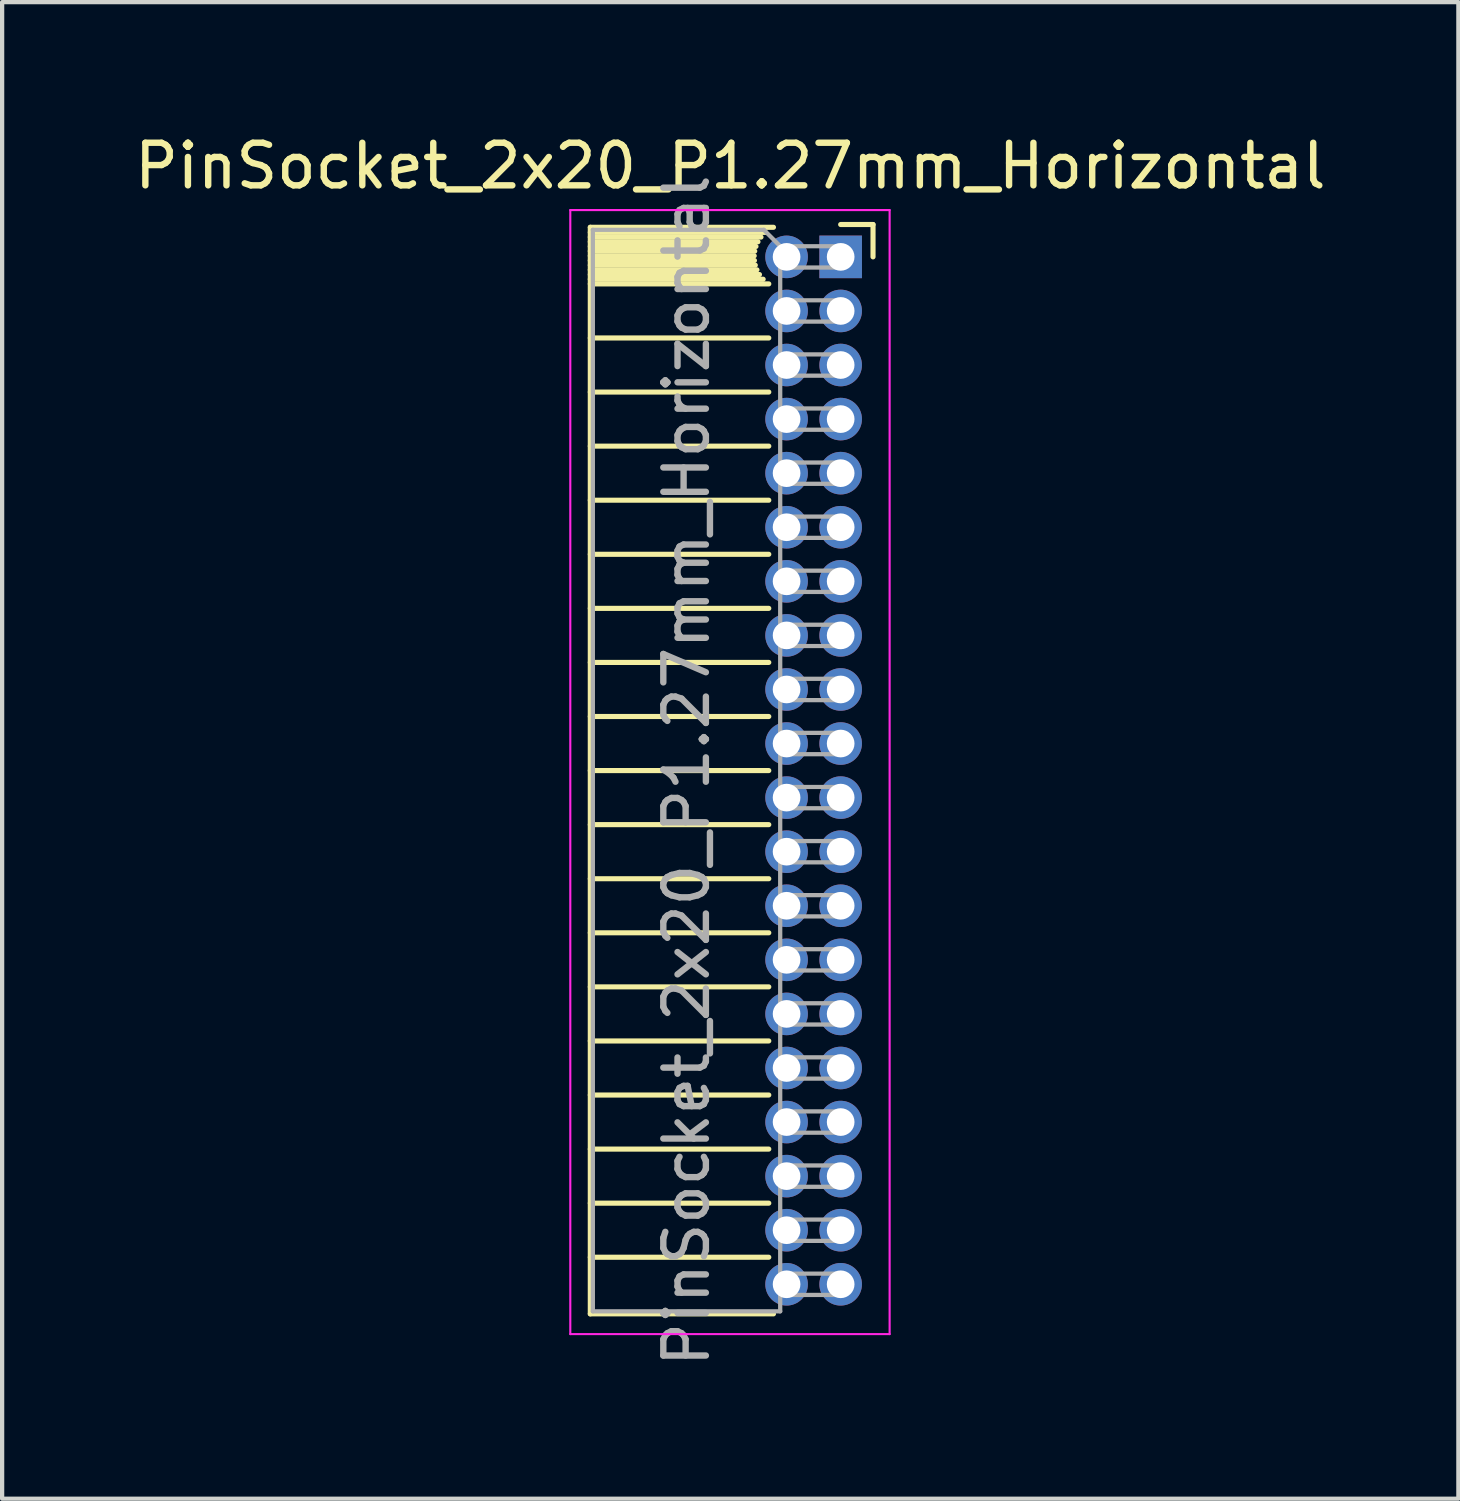
<source format=kicad_pcb>
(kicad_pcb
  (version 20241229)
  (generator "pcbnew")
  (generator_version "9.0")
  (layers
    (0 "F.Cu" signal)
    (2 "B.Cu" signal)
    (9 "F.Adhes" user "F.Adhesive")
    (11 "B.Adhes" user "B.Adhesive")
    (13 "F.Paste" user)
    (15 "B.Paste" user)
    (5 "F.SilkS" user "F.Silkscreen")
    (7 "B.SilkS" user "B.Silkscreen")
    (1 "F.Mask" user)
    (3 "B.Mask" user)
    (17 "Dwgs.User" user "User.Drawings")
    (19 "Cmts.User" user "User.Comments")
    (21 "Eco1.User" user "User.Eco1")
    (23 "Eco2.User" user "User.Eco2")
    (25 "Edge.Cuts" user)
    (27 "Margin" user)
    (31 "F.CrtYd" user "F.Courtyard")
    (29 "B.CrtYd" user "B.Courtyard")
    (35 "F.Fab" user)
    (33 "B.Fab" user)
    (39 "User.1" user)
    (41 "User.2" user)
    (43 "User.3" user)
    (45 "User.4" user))
  (footprint "PinSocket_2x20_P1.27mm_Horizontal"
    (layer "F.Cu")
    (at 16.694 2.983)
    (property "Reference" "PinSocket_2x20_P1.27mm_Horizontal" (at -2.592 -2.135 0) (layer "F.SilkS") (effects (font (size 1 1) (thickness 0.15))))
    (attr through_hole)
    (fp_line (start -5.88 -0.695) (end -5.88 24.825) (stroke (width 0.12) (type solid)) (layer "F.SilkS"))
    (fp_line (start -5.88 -0.695) (end -1.578 -0.695) (stroke (width 0.12) (type solid)) (layer "F.SilkS"))
    (fp_line (start -5.88 -0.575) (end -1.767 -0.575) (stroke (width 0.12) (type solid)) (layer "F.SilkS"))
    (fp_line (start -5.88 -0.465) (end -1.871 -0.465) (stroke (width 0.12) (type solid)) (layer "F.SilkS"))
    (fp_line (start -5.88 -0.355) (end -1.942 -0.355) (stroke (width 0.12) (type solid)) (layer "F.SilkS"))
    (fp_line (start -5.88 -0.245) (end -1.989 -0.245) (stroke (width 0.12) (type solid)) (layer "F.SilkS"))
    (fp_line (start -5.88 -0.135) (end -2.018 -0.135) (stroke (width 0.12) (type solid)) (layer "F.SilkS"))
    (fp_line (start -5.88 -0.025) (end -2.03 -0.025) (stroke (width 0.12) (type solid)) (layer "F.SilkS"))
    (fp_line (start -5.88 0.085) (end -2.025 0.085) (stroke (width 0.12) (type solid)) (layer "F.SilkS"))
    (fp_line (start -5.88 0.195) (end -2.005 0.195) (stroke (width 0.12) (type solid)) (layer "F.SilkS"))
    (fp_line (start -5.88 0.305) (end -1.966 0.305) (stroke (width 0.12) (type solid)) (layer "F.SilkS"))
    (fp_line (start -5.88 0.415) (end -1.907 0.415) (stroke (width 0.12) (type solid)) (layer "F.SilkS"))
    (fp_line (start -5.88 0.525) (end -1.82 0.525) (stroke (width 0.12) (type solid)) (layer "F.SilkS"))
    (fp_line (start -5.88 0.635) (end -1.688 0.635) (stroke (width 0.12) (type solid)) (layer "F.SilkS"))
    (fp_line (start -5.88 1.905) (end -1.688 1.905) (stroke (width 0.12) (type solid)) (layer "F.SilkS"))
    (fp_line (start -5.88 3.175) (end -1.688 3.175) (stroke (width 0.12) (type solid)) (layer "F.SilkS"))
    (fp_line (start -5.88 4.445) (end -1.688 4.445) (stroke (width 0.12) (type solid)) (layer "F.SilkS"))
    (fp_line (start -5.88 5.715) (end -1.688 5.715) (stroke (width 0.12) (type solid)) (layer "F.SilkS"))
    (fp_line (start -5.88 6.985) (end -1.688 6.985) (stroke (width 0.12) (type solid)) (layer "F.SilkS"))
    (fp_line (start -5.88 8.255) (end -1.688 8.255) (stroke (width 0.12) (type solid)) (layer "F.SilkS"))
    (fp_line (start -5.88 9.525) (end -1.688 9.525) (stroke (width 0.12) (type solid)) (layer "F.SilkS"))
    (fp_line (start -5.88 10.795) (end -1.688 10.795) (stroke (width 0.12) (type solid)) (layer "F.SilkS"))
    (fp_line (start -5.88 12.065) (end -1.688 12.065) (stroke (width 0.12) (type solid)) (layer "F.SilkS"))
    (fp_line (start -5.88 13.335) (end -1.688 13.335) (stroke (width 0.12) (type solid)) (layer "F.SilkS"))
    (fp_line (start -5.88 14.605) (end -1.688 14.605) (stroke (width 0.12) (type solid)) (layer "F.SilkS"))
    (fp_line (start -5.88 15.875) (end -1.688 15.875) (stroke (width 0.12) (type solid)) (layer "F.SilkS"))
    (fp_line (start -5.88 17.145) (end -1.688 17.145) (stroke (width 0.12) (type solid)) (layer "F.SilkS"))
    (fp_line (start -5.88 18.415) (end -1.688 18.415) (stroke (width 0.12) (type solid)) (layer "F.SilkS"))
    (fp_line (start -5.88 19.685) (end -1.688 19.685) (stroke (width 0.12) (type solid)) (layer "F.SilkS"))
    (fp_line (start -5.88 20.955) (end -1.688 20.955) (stroke (width 0.12) (type solid)) (layer "F.SilkS"))
    (fp_line (start -5.88 22.225) (end -1.688 22.225) (stroke (width 0.12) (type solid)) (layer "F.SilkS"))
    (fp_line (start -5.88 23.495) (end -1.688 23.495) (stroke (width 0.12) (type solid)) (layer "F.SilkS"))
    (fp_line (start -5.88 24.825) (end -1.578 24.825) (stroke (width 0.12) (type solid)) (layer "F.SilkS"))
    (fp_line (start 0 -0.76) (end 0.76 -0.76) (stroke (width 0.12) (type solid)) (layer "F.SilkS"))
    (fp_line (start 0.76 -0.76) (end 0.76 0) (stroke (width 0.12) (type solid)) (layer "F.SilkS"))
    (fp_line (start -6.35 -1.1) (end -6.35 25.3) (stroke (width 0.05) (type solid)) (layer "F.CrtYd"))
    (fp_line (start -6.35 25.3) (end 1.15 25.3) (stroke (width 0.05) (type solid)) (layer "F.CrtYd"))
    (fp_line (start 1.15 -1.1) (end -6.35 -1.1) (stroke (width 0.05) (type solid)) (layer "F.CrtYd"))
    (fp_line (start 1.15 25.3) (end 1.15 -1.1) (stroke (width 0.05) (type solid)) (layer "F.CrtYd"))
    (fp_line (start -5.82 -0.635) (end -1.805 -0.635) (stroke (width 0.1) (type solid)) (layer "F.Fab"))
    (fp_line (start -5.82 24.765) (end -5.82 -0.635) (stroke (width 0.1) (type solid)) (layer "F.Fab"))
    (fp_line (start -1.805 -0.635) (end -1.42 -0.25) (stroke (width 0.1) (type solid)) (layer "F.Fab"))
    (fp_line (start -1.42 -0.25) (end -1.42 24.765) (stroke (width 0.1) (type solid)) (layer "F.Fab"))
    (fp_line (start -1.42 0.25) (end 0 0.25) (stroke (width 0.1) (type solid)) (layer "F.Fab"))
    (fp_line (start -1.42 1.52) (end 0 1.52) (stroke (width 0.1) (type solid)) (layer "F.Fab"))
    (fp_line (start -1.42 2.79) (end 0 2.79) (stroke (width 0.1) (type solid)) (layer "F.Fab"))
    (fp_line (start -1.42 4.06) (end 0 4.06) (stroke (width 0.1) (type solid)) (layer "F.Fab"))
    (fp_line (start -1.42 5.33) (end 0 5.33) (stroke (width 0.1) (type solid)) (layer "F.Fab"))
    (fp_line (start -1.42 6.6) (end 0 6.6) (stroke (width 0.1) (type solid)) (layer "F.Fab"))
    (fp_line (start -1.42 7.87) (end 0 7.87) (stroke (width 0.1) (type solid)) (layer "F.Fab"))
    (fp_line (start -1.42 9.14) (end 0 9.14) (stroke (width 0.1) (type solid)) (layer "F.Fab"))
    (fp_line (start -1.42 10.41) (end 0 10.41) (stroke (width 0.1) (type solid)) (layer "F.Fab"))
    (fp_line (start -1.42 11.68) (end 0 11.68) (stroke (width 0.1) (type solid)) (layer "F.Fab"))
    (fp_line (start -1.42 12.95) (end 0 12.95) (stroke (width 0.1) (type solid)) (layer "F.Fab"))
    (fp_line (start -1.42 14.22) (end 0 14.22) (stroke (width 0.1) (type solid)) (layer "F.Fab"))
    (fp_line (start -1.42 15.49) (end 0 15.49) (stroke (width 0.1) (type solid)) (layer "F.Fab"))
    (fp_line (start -1.42 16.76) (end 0 16.76) (stroke (width 0.1) (type solid)) (layer "F.Fab"))
    (fp_line (start -1.42 18.03) (end 0 18.03) (stroke (width 0.1) (type solid)) (layer "F.Fab"))
    (fp_line (start -1.42 19.3) (end 0 19.3) (stroke (width 0.1) (type solid)) (layer "F.Fab"))
    (fp_line (start -1.42 20.57) (end 0 20.57) (stroke (width 0.1) (type solid)) (layer "F.Fab"))
    (fp_line (start -1.42 21.84) (end 0 21.84) (stroke (width 0.1) (type solid)) (layer "F.Fab"))
    (fp_line (start -1.42 23.11) (end 0 23.11) (stroke (width 0.1) (type solid)) (layer "F.Fab"))
    (fp_line (start -1.42 24.38) (end 0 24.38) (stroke (width 0.1) (type solid)) (layer "F.Fab"))
    (fp_line (start -1.42 24.765) (end -5.82 24.765) (stroke (width 0.1) (type solid)) (layer "F.Fab"))
    (fp_line (start 0 -0.25) (end -1.42 -0.25) (stroke (width 0.1) (type solid)) (layer "F.Fab"))
    (fp_line (start 0 0.25) (end 0 -0.25) (stroke (width 0.1) (type solid)) (layer "F.Fab"))
    (fp_line (start 0 1.02) (end -1.42 1.02) (stroke (width 0.1) (type solid)) (layer "F.Fab"))
    (fp_line (start 0 1.52) (end 0 1.02) (stroke (width 0.1) (type solid)) (layer "F.Fab"))
    (fp_line (start 0 2.29) (end -1.42 2.29) (stroke (width 0.1) (type solid)) (layer "F.Fab"))
    (fp_line (start 0 2.79) (end 0 2.29) (stroke (width 0.1) (type solid)) (layer "F.Fab"))
    (fp_line (start 0 3.56) (end -1.42 3.56) (stroke (width 0.1) (type solid)) (layer "F.Fab"))
    (fp_line (start 0 4.06) (end 0 3.56) (stroke (width 0.1) (type solid)) (layer "F.Fab"))
    (fp_line (start 0 4.83) (end -1.42 4.83) (stroke (width 0.1) (type solid)) (layer "F.Fab"))
    (fp_line (start 0 5.33) (end 0 4.83) (stroke (width 0.1) (type solid)) (layer "F.Fab"))
    (fp_line (start 0 6.1) (end -1.42 6.1) (stroke (width 0.1) (type solid)) (layer "F.Fab"))
    (fp_line (start 0 6.6) (end 0 6.1) (stroke (width 0.1) (type solid)) (layer "F.Fab"))
    (fp_line (start 0 7.37) (end -1.42 7.37) (stroke (width 0.1) (type solid)) (layer "F.Fab"))
    (fp_line (start 0 7.87) (end 0 7.37) (stroke (width 0.1) (type solid)) (layer "F.Fab"))
    (fp_line (start 0 8.64) (end -1.42 8.64) (stroke (width 0.1) (type solid)) (layer "F.Fab"))
    (fp_line (start 0 9.14) (end 0 8.64) (stroke (width 0.1) (type solid)) (layer "F.Fab"))
    (fp_line (start 0 9.91) (end -1.42 9.91) (stroke (width 0.1) (type solid)) (layer "F.Fab"))
    (fp_line (start 0 10.41) (end 0 9.91) (stroke (width 0.1) (type solid)) (layer "F.Fab"))
    (fp_line (start 0 11.18) (end -1.42 11.18) (stroke (width 0.1) (type solid)) (layer "F.Fab"))
    (fp_line (start 0 11.68) (end 0 11.18) (stroke (width 0.1) (type solid)) (layer "F.Fab"))
    (fp_line (start 0 12.45) (end -1.42 12.45) (stroke (width 0.1) (type solid)) (layer "F.Fab"))
    (fp_line (start 0 12.95) (end 0 12.45) (stroke (width 0.1) (type solid)) (layer "F.Fab"))
    (fp_line (start 0 13.72) (end -1.42 13.72) (stroke (width 0.1) (type solid)) (layer "F.Fab"))
    (fp_line (start 0 14.22) (end 0 13.72) (stroke (width 0.1) (type solid)) (layer "F.Fab"))
    (fp_line (start 0 14.99) (end -1.42 14.99) (stroke (width 0.1) (type solid)) (layer "F.Fab"))
    (fp_line (start 0 15.49) (end 0 14.99) (stroke (width 0.1) (type solid)) (layer "F.Fab"))
    (fp_line (start 0 16.26) (end -1.42 16.26) (stroke (width 0.1) (type solid)) (layer "F.Fab"))
    (fp_line (start 0 16.76) (end 0 16.26) (stroke (width 0.1) (type solid)) (layer "F.Fab"))
    (fp_line (start 0 17.53) (end -1.42 17.53) (stroke (width 0.1) (type solid)) (layer "F.Fab"))
    (fp_line (start 0 18.03) (end 0 17.53) (stroke (width 0.1) (type solid)) (layer "F.Fab"))
    (fp_line (start 0 18.8) (end -1.42 18.8) (stroke (width 0.1) (type solid)) (layer "F.Fab"))
    (fp_line (start 0 19.3) (end 0 18.8) (stroke (width 0.1) (type solid)) (layer "F.Fab"))
    (fp_line (start 0 20.07) (end -1.42 20.07) (stroke (width 0.1) (type solid)) (layer "F.Fab"))
    (fp_line (start 0 20.57) (end 0 20.07) (stroke (width 0.1) (type solid)) (layer "F.Fab"))
    (fp_line (start 0 21.34) (end -1.42 21.34) (stroke (width 0.1) (type solid)) (layer "F.Fab"))
    (fp_line (start 0 21.84) (end 0 21.34) (stroke (width 0.1) (type solid)) (layer "F.Fab"))
    (fp_line (start 0 22.61) (end -1.42 22.61) (stroke (width 0.1) (type solid)) (layer "F.Fab"))
    (fp_line (start 0 23.11) (end 0 22.61) (stroke (width 0.1) (type solid)) (layer "F.Fab"))
    (fp_line (start 0 23.88) (end -1.42 23.88) (stroke (width 0.1) (type solid)) (layer "F.Fab"))
    (fp_line (start 0 24.38) (end 0 23.88) (stroke (width 0.1) (type solid)) (layer "F.Fab"))
    (fp_text user "${REFERENCE}" (at -3.62 12.065 90) (layer "F.Fab") (effects (font (size 1 1) (thickness 0.15))))
    (pad "1" thru_hole rect (at 0 0) (size 1 1) (drill 0.65) (layers "*.Cu" "*.Mask"))
    (pad "2" thru_hole circle (at -1.27 0) (size 1 1) (drill 0.65) (layers "*.Cu" "*.Mask"))
    (pad "3" thru_hole circle (at 0 1.27) (size 1 1) (drill 0.65) (layers "*.Cu" "*.Mask"))
    (pad "4" thru_hole circle (at -1.27 1.27) (size 1 1) (drill 0.65) (layers "*.Cu" "*.Mask"))
    (pad "5" thru_hole circle (at 0 2.54) (size 1 1) (drill 0.65) (layers "*.Cu" "*.Mask"))
    (pad "6" thru_hole circle (at -1.27 2.54) (size 1 1) (drill 0.65) (layers "*.Cu" "*.Mask"))
    (pad "7" thru_hole circle (at 0 3.81) (size 1 1) (drill 0.65) (layers "*.Cu" "*.Mask"))
    (pad "8" thru_hole circle (at -1.27 3.81) (size 1 1) (drill 0.65) (layers "*.Cu" "*.Mask"))
    (pad "9" thru_hole circle (at 0 5.08) (size 1 1) (drill 0.65) (layers "*.Cu" "*.Mask"))
    (pad "10" thru_hole circle (at -1.27 5.08) (size 1 1) (drill 0.65) (layers "*.Cu" "*.Mask"))
    (pad "11" thru_hole circle (at 0 6.35) (size 1 1) (drill 0.65) (layers "*.Cu" "*.Mask"))
    (pad "12" thru_hole circle (at -1.27 6.35) (size 1 1) (drill 0.65) (layers "*.Cu" "*.Mask"))
    (pad "13" thru_hole circle (at 0 7.62) (size 1 1) (drill 0.65) (layers "*.Cu" "*.Mask"))
    (pad "14" thru_hole circle (at -1.27 7.62) (size 1 1) (drill 0.65) (layers "*.Cu" "*.Mask"))
    (pad "15" thru_hole circle (at 0 8.89) (size 1 1) (drill 0.65) (layers "*.Cu" "*.Mask"))
    (pad "16" thru_hole circle (at -1.27 8.89) (size 1 1) (drill 0.65) (layers "*.Cu" "*.Mask"))
    (pad "17" thru_hole circle (at 0 10.16) (size 1 1) (drill 0.65) (layers "*.Cu" "*.Mask"))
    (pad "18" thru_hole circle (at -1.27 10.16) (size 1 1) (drill 0.65) (layers "*.Cu" "*.Mask"))
    (pad "19" thru_hole circle (at 0 11.43) (size 1 1) (drill 0.65) (layers "*.Cu" "*.Mask"))
    (pad "20" thru_hole circle (at -1.27 11.43) (size 1 1) (drill 0.65) (layers "*.Cu" "*.Mask"))
    (pad "21" thru_hole circle (at 0 12.7) (size 1 1) (drill 0.65) (layers "*.Cu" "*.Mask"))
    (pad "22" thru_hole circle (at -1.27 12.7) (size 1 1) (drill 0.65) (layers "*.Cu" "*.Mask"))
    (pad "23" thru_hole circle (at 0 13.97) (size 1 1) (drill 0.65) (layers "*.Cu" "*.Mask"))
    (pad "24" thru_hole circle (at -1.27 13.97) (size 1 1) (drill 0.65) (layers "*.Cu" "*.Mask"))
    (pad "25" thru_hole circle (at 0 15.24) (size 1 1) (drill 0.65) (layers "*.Cu" "*.Mask"))
    (pad "26" thru_hole circle (at -1.27 15.24) (size 1 1) (drill 0.65) (layers "*.Cu" "*.Mask"))
    (pad "27" thru_hole circle (at 0 16.51) (size 1 1) (drill 0.65) (layers "*.Cu" "*.Mask"))
    (pad "28" thru_hole circle (at -1.27 16.51) (size 1 1) (drill 0.65) (layers "*.Cu" "*.Mask"))
    (pad "29" thru_hole circle (at 0 17.78) (size 1 1) (drill 0.65) (layers "*.Cu" "*.Mask"))
    (pad "30" thru_hole circle (at -1.27 17.78) (size 1 1) (drill 0.65) (layers "*.Cu" "*.Mask"))
    (pad "31" thru_hole circle (at 0 19.05) (size 1 1) (drill 0.65) (layers "*.Cu" "*.Mask"))
    (pad "32" thru_hole circle (at -1.27 19.05) (size 1 1) (drill 0.65) (layers "*.Cu" "*.Mask"))
    (pad "33" thru_hole circle (at 0 20.32) (size 1 1) (drill 0.65) (layers "*.Cu" "*.Mask"))
    (pad "34" thru_hole circle (at -1.27 20.32) (size 1 1) (drill 0.65) (layers "*.Cu" "*.Mask"))
    (pad "35" thru_hole circle (at 0 21.59) (size 1 1) (drill 0.65) (layers "*.Cu" "*.Mask"))
    (pad "36" thru_hole circle (at -1.27 21.59) (size 1 1) (drill 0.65) (layers "*.Cu" "*.Mask"))
    (pad "37" thru_hole circle (at 0 22.86) (size 1 1) (drill 0.65) (layers "*.Cu" "*.Mask"))
    (pad "38" thru_hole circle (at -1.27 22.86) (size 1 1) (drill 0.65) (layers "*.Cu" "*.Mask"))
    (pad "39" thru_hole circle (at 0 24.13) (size 1 1) (drill 0.65) (layers "*.Cu" "*.Mask"))
    (pad "40" thru_hole circle (at -1.27 24.13) (size 1 1) (drill 0.65) (layers "*.Cu" "*.Mask")))
  (gr_rect
    (start -3 -3)
    (end 31.202 32.149)
    (stroke (width 0.1) (type default))
    (fill no)
    (layer "Edge.Cuts")))
</source>
